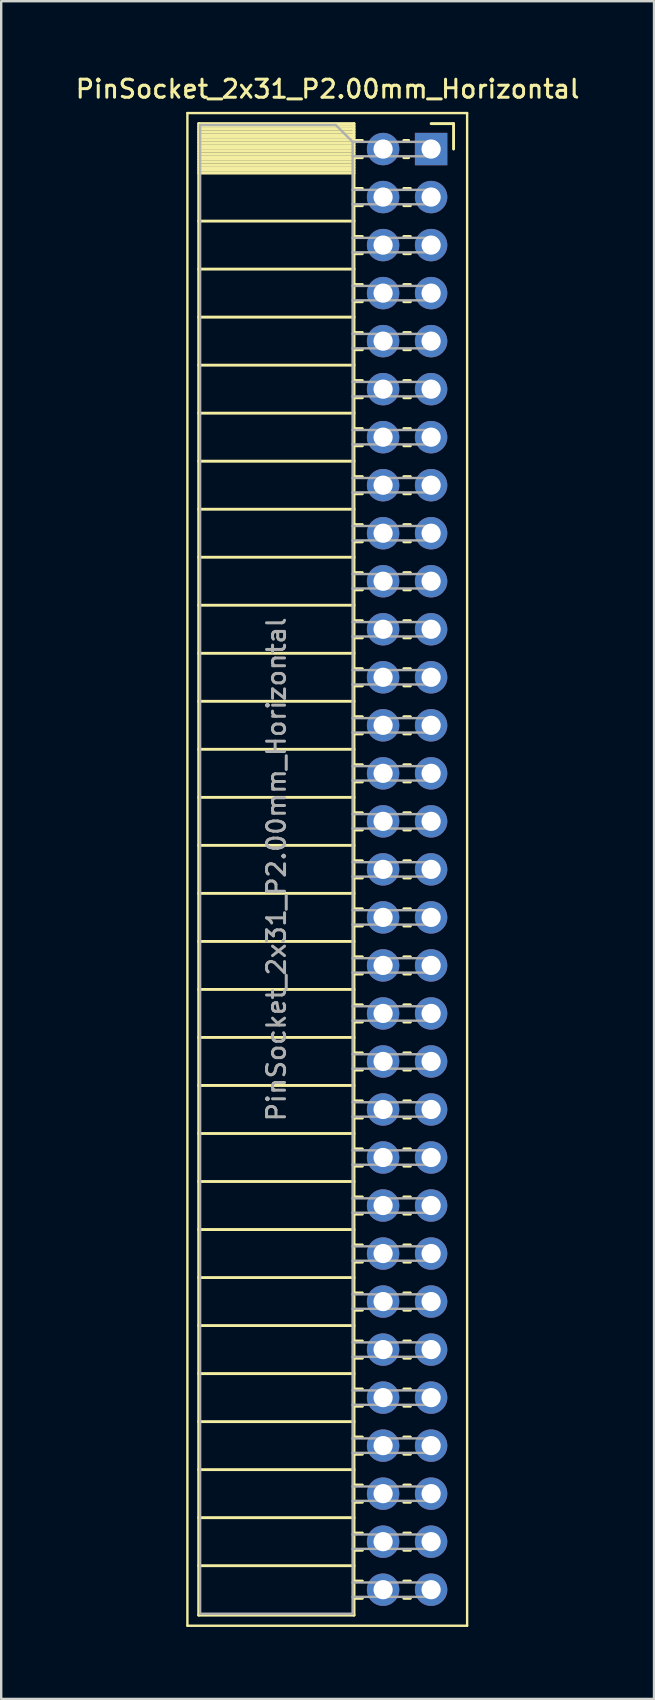
<source format=kicad_pcb>
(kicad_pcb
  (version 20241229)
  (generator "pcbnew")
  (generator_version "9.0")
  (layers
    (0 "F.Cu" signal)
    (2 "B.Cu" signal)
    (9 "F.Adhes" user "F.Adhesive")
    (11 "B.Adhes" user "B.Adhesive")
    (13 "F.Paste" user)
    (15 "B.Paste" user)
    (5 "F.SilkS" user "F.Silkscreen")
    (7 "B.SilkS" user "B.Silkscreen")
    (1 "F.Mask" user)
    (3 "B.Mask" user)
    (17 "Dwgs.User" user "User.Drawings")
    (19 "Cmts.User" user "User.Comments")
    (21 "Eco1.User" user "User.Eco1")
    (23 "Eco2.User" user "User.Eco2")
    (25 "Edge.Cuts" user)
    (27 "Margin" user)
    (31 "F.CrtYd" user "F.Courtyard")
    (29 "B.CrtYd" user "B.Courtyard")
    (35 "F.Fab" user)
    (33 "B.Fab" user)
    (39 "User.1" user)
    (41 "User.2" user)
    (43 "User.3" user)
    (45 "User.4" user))
  (footprint "PinSocket_2x31_P2.00mm_Horizontal"
    (layer "F.Cu")
    (at 14.905 3.158)
    (property "Reference" "PinSocket_2x31_P2.00mm_Horizontal" (at -4.31 -2.5 0) (layer "F.SilkS") (effects (font (size 0.75 0.75) (thickness 0.125))))
    (attr through_hole)
    (fp_line (start -10.15 -1.5) (end -10.15 61.5) (stroke (width 0.1) (type solid)) (layer "F.SilkS"))
    (fp_line (start -10.15 61.5) (end 1.5 61.5) (stroke (width 0.1) (type solid)) (layer "F.SilkS"))
    (fp_line (start -9.68 -1.06) (end -9.68 61.06) (stroke (width 0.12) (type solid)) (layer "F.SilkS"))
    (fp_line (start -9.68 -1.06) (end -3.21 -1.06) (stroke (width 0.12) (type solid)) (layer "F.SilkS"))
    (fp_line (start -9.68 -0.94) (end -3.21 -0.94) (stroke (width 0.12) (type solid)) (layer "F.SilkS"))
    (fp_line (start -9.68 -0.826) (end -3.21 -0.826) (stroke (width 0.12) (type solid)) (layer "F.SilkS"))
    (fp_line (start -9.68 -0.712) (end -3.21 -0.712) (stroke (width 0.12) (type solid)) (layer "F.SilkS"))
    (fp_line (start -9.68 -0.598) (end -3.21 -0.598) (stroke (width 0.12) (type solid)) (layer "F.SilkS"))
    (fp_line (start -9.68 -0.484) (end -3.21 -0.484) (stroke (width 0.12) (type solid)) (layer "F.SilkS"))
    (fp_line (start -9.68 -0.369) (end -3.21 -0.369) (stroke (width 0.12) (type solid)) (layer "F.SilkS"))
    (fp_line (start -9.68 -0.255) (end -3.21 -0.255) (stroke (width 0.12) (type solid)) (layer "F.SilkS"))
    (fp_line (start -9.68 -0.141) (end -3.21 -0.141) (stroke (width 0.12) (type solid)) (layer "F.SilkS"))
    (fp_line (start -9.68 -0.027) (end -3.21 -0.027) (stroke (width 0.12) (type solid)) (layer "F.SilkS"))
    (fp_line (start -9.68 0.087) (end -3.21 0.087) (stroke (width 0.12) (type solid)) (layer "F.SilkS"))
    (fp_line (start -9.68 0.201) (end -3.21 0.201) (stroke (width 0.12) (type solid)) (layer "F.SilkS"))
    (fp_line (start -9.68 0.315) (end -3.21 0.315) (stroke (width 0.12) (type solid)) (layer "F.SilkS"))
    (fp_line (start -9.68 0.429) (end -3.21 0.429) (stroke (width 0.12) (type solid)) (layer "F.SilkS"))
    (fp_line (start -9.68 0.544) (end -3.21 0.544) (stroke (width 0.12) (type solid)) (layer "F.SilkS"))
    (fp_line (start -9.68 0.658) (end -3.21 0.658) (stroke (width 0.12) (type solid)) (layer "F.SilkS"))
    (fp_line (start -9.68 0.772) (end -3.21 0.772) (stroke (width 0.12) (type solid)) (layer "F.SilkS"))
    (fp_line (start -9.68 0.886) (end -3.21 0.886) (stroke (width 0.12) (type solid)) (layer "F.SilkS"))
    (fp_line (start -9.68 1) (end -3.21 1) (stroke (width 0.12) (type solid)) (layer "F.SilkS"))
    (fp_line (start -9.68 3) (end -3.21 3) (stroke (width 0.12) (type solid)) (layer "F.SilkS"))
    (fp_line (start -9.68 5) (end -3.21 5) (stroke (width 0.12) (type solid)) (layer "F.SilkS"))
    (fp_line (start -9.68 7) (end -3.21 7) (stroke (width 0.12) (type solid)) (layer "F.SilkS"))
    (fp_line (start -9.68 9) (end -3.21 9) (stroke (width 0.12) (type solid)) (layer "F.SilkS"))
    (fp_line (start -9.68 11) (end -3.21 11) (stroke (width 0.12) (type solid)) (layer "F.SilkS"))
    (fp_line (start -9.68 13) (end -3.21 13) (stroke (width 0.12) (type solid)) (layer "F.SilkS"))
    (fp_line (start -9.68 15) (end -3.21 15) (stroke (width 0.12) (type solid)) (layer "F.SilkS"))
    (fp_line (start -9.68 17) (end -3.21 17) (stroke (width 0.12) (type solid)) (layer "F.SilkS"))
    (fp_line (start -9.68 19) (end -3.21 19) (stroke (width 0.12) (type solid)) (layer "F.SilkS"))
    (fp_line (start -9.68 21) (end -3.21 21) (stroke (width 0.12) (type solid)) (layer "F.SilkS"))
    (fp_line (start -9.68 23) (end -3.21 23) (stroke (width 0.12) (type solid)) (layer "F.SilkS"))
    (fp_line (start -9.68 25) (end -3.21 25) (stroke (width 0.12) (type solid)) (layer "F.SilkS"))
    (fp_line (start -9.68 27) (end -3.21 27) (stroke (width 0.12) (type solid)) (layer "F.SilkS"))
    (fp_line (start -9.68 29) (end -3.21 29) (stroke (width 0.12) (type solid)) (layer "F.SilkS"))
    (fp_line (start -9.68 31) (end -3.21 31) (stroke (width 0.12) (type solid)) (layer "F.SilkS"))
    (fp_line (start -9.68 33) (end -3.21 33) (stroke (width 0.12) (type solid)) (layer "F.SilkS"))
    (fp_line (start -9.68 35) (end -3.21 35) (stroke (width 0.12) (type solid)) (layer "F.SilkS"))
    (fp_line (start -9.68 37) (end -3.21 37) (stroke (width 0.12) (type solid)) (layer "F.SilkS"))
    (fp_line (start -9.68 39) (end -3.21 39) (stroke (width 0.12) (type solid)) (layer "F.SilkS"))
    (fp_line (start -9.68 41) (end -3.21 41) (stroke (width 0.12) (type solid)) (layer "F.SilkS"))
    (fp_line (start -9.68 43) (end -3.21 43) (stroke (width 0.12) (type solid)) (layer "F.SilkS"))
    (fp_line (start -9.68 45) (end -3.21 45) (stroke (width 0.12) (type solid)) (layer "F.SilkS"))
    (fp_line (start -9.68 47) (end -3.21 47) (stroke (width 0.12) (type solid)) (layer "F.SilkS"))
    (fp_line (start -9.68 49) (end -3.21 49) (stroke (width 0.12) (type solid)) (layer "F.SilkS"))
    (fp_line (start -9.68 51) (end -3.21 51) (stroke (width 0.12) (type solid)) (layer "F.SilkS"))
    (fp_line (start -9.68 53) (end -3.21 53) (stroke (width 0.12) (type solid)) (layer "F.SilkS"))
    (fp_line (start -9.68 55) (end -3.21 55) (stroke (width 0.12) (type solid)) (layer "F.SilkS"))
    (fp_line (start -9.68 57) (end -3.21 57) (stroke (width 0.12) (type solid)) (layer "F.SilkS"))
    (fp_line (start -9.68 59) (end -3.21 59) (stroke (width 0.12) (type solid)) (layer "F.SilkS"))
    (fp_line (start -9.68 61.06) (end -3.21 61.06) (stroke (width 0.12) (type solid)) (layer "F.SilkS"))
    (fp_line (start -3.21 -1.06) (end -3.21 61.06) (stroke (width 0.12) (type solid)) (layer "F.SilkS"))
    (fp_line (start -3.21 -0.36) (end -2.863 -0.36) (stroke (width 0.12) (type solid)) (layer "F.SilkS"))
    (fp_line (start -3.21 0.36) (end -2.863 0.36) (stroke (width 0.12) (type solid)) (layer "F.SilkS"))
    (fp_line (start -3.21 1.64) (end -2.863 1.64) (stroke (width 0.12) (type solid)) (layer "F.SilkS"))
    (fp_line (start -3.21 2.36) (end -2.863 2.36) (stroke (width 0.12) (type solid)) (layer "F.SilkS"))
    (fp_line (start -3.21 3.64) (end -2.863 3.64) (stroke (width 0.12) (type solid)) (layer "F.SilkS"))
    (fp_line (start -3.21 4.36) (end -2.863 4.36) (stroke (width 0.12) (type solid)) (layer "F.SilkS"))
    (fp_line (start -3.21 5.64) (end -2.863 5.64) (stroke (width 0.12) (type solid)) (layer "F.SilkS"))
    (fp_line (start -3.21 6.36) (end -2.863 6.36) (stroke (width 0.12) (type solid)) (layer "F.SilkS"))
    (fp_line (start -3.21 7.64) (end -2.863 7.64) (stroke (width 0.12) (type solid)) (layer "F.SilkS"))
    (fp_line (start -3.21 8.36) (end -2.863 8.36) (stroke (width 0.12) (type solid)) (layer "F.SilkS"))
    (fp_line (start -3.21 9.64) (end -2.863 9.64) (stroke (width 0.12) (type solid)) (layer "F.SilkS"))
    (fp_line (start -3.21 10.36) (end -2.863 10.36) (stroke (width 0.12) (type solid)) (layer "F.SilkS"))
    (fp_line (start -3.21 11.64) (end -2.863 11.64) (stroke (width 0.12) (type solid)) (layer "F.SilkS"))
    (fp_line (start -3.21 12.36) (end -2.863 12.36) (stroke (width 0.12) (type solid)) (layer "F.SilkS"))
    (fp_line (start -3.21 13.64) (end -2.863 13.64) (stroke (width 0.12) (type solid)) (layer "F.SilkS"))
    (fp_line (start -3.21 14.36) (end -2.863 14.36) (stroke (width 0.12) (type solid)) (layer "F.SilkS"))
    (fp_line (start -3.21 15.64) (end -2.863 15.64) (stroke (width 0.12) (type solid)) (layer "F.SilkS"))
    (fp_line (start -3.21 16.36) (end -2.863 16.36) (stroke (width 0.12) (type solid)) (layer "F.SilkS"))
    (fp_line (start -3.21 17.64) (end -2.863 17.64) (stroke (width 0.12) (type solid)) (layer "F.SilkS"))
    (fp_line (start -3.21 18.36) (end -2.863 18.36) (stroke (width 0.12) (type solid)) (layer "F.SilkS"))
    (fp_line (start -3.21 19.64) (end -2.863 19.64) (stroke (width 0.12) (type solid)) (layer "F.SilkS"))
    (fp_line (start -3.21 20.36) (end -2.863 20.36) (stroke (width 0.12) (type solid)) (layer "F.SilkS"))
    (fp_line (start -3.21 21.64) (end -2.863 21.64) (stroke (width 0.12) (type solid)) (layer "F.SilkS"))
    (fp_line (start -3.21 22.36) (end -2.863 22.36) (stroke (width 0.12) (type solid)) (layer "F.SilkS"))
    (fp_line (start -3.21 23.64) (end -2.863 23.64) (stroke (width 0.12) (type solid)) (layer "F.SilkS"))
    (fp_line (start -3.21 24.36) (end -2.863 24.36) (stroke (width 0.12) (type solid)) (layer "F.SilkS"))
    (fp_line (start -3.21 25.64) (end -2.863 25.64) (stroke (width 0.12) (type solid)) (layer "F.SilkS"))
    (fp_line (start -3.21 26.36) (end -2.863 26.36) (stroke (width 0.12) (type solid)) (layer "F.SilkS"))
    (fp_line (start -3.21 27.64) (end -2.863 27.64) (stroke (width 0.12) (type solid)) (layer "F.SilkS"))
    (fp_line (start -3.21 28.36) (end -2.863 28.36) (stroke (width 0.12) (type solid)) (layer "F.SilkS"))
    (fp_line (start -3.21 29.64) (end -2.863 29.64) (stroke (width 0.12) (type solid)) (layer "F.SilkS"))
    (fp_line (start -3.21 30.36) (end -2.863 30.36) (stroke (width 0.12) (type solid)) (layer "F.SilkS"))
    (fp_line (start -3.21 31.64) (end -2.863 31.64) (stroke (width 0.12) (type solid)) (layer "F.SilkS"))
    (fp_line (start -3.21 32.36) (end -2.863 32.36) (stroke (width 0.12) (type solid)) (layer "F.SilkS"))
    (fp_line (start -3.21 33.64) (end -2.863 33.64) (stroke (width 0.12) (type solid)) (layer "F.SilkS"))
    (fp_line (start -3.21 34.36) (end -2.863 34.36) (stroke (width 0.12) (type solid)) (layer "F.SilkS"))
    (fp_line (start -3.21 35.64) (end -2.863 35.64) (stroke (width 0.12) (type solid)) (layer "F.SilkS"))
    (fp_line (start -3.21 36.36) (end -2.863 36.36) (stroke (width 0.12) (type solid)) (layer "F.SilkS"))
    (fp_line (start -3.21 37.64) (end -2.863 37.64) (stroke (width 0.12) (type solid)) (layer "F.SilkS"))
    (fp_line (start -3.21 38.36) (end -2.863 38.36) (stroke (width 0.12) (type solid)) (layer "F.SilkS"))
    (fp_line (start -3.21 39.64) (end -2.863 39.64) (stroke (width 0.12) (type solid)) (layer "F.SilkS"))
    (fp_line (start -3.21 40.36) (end -2.863 40.36) (stroke (width 0.12) (type solid)) (layer "F.SilkS"))
    (fp_line (start -3.21 41.64) (end -2.863 41.64) (stroke (width 0.12) (type solid)) (layer "F.SilkS"))
    (fp_line (start -3.21 42.36) (end -2.863 42.36) (stroke (width 0.12) (type solid)) (layer "F.SilkS"))
    (fp_line (start -3.21 43.64) (end -2.863 43.64) (stroke (width 0.12) (type solid)) (layer "F.SilkS"))
    (fp_line (start -3.21 44.36) (end -2.863 44.36) (stroke (width 0.12) (type solid)) (layer "F.SilkS"))
    (fp_line (start -3.21 45.64) (end -2.863 45.64) (stroke (width 0.12) (type solid)) (layer "F.SilkS"))
    (fp_line (start -3.21 46.36) (end -2.863 46.36) (stroke (width 0.12) (type solid)) (layer "F.SilkS"))
    (fp_line (start -3.21 47.64) (end -2.863 47.64) (stroke (width 0.12) (type solid)) (layer "F.SilkS"))
    (fp_line (start -3.21 48.36) (end -2.863 48.36) (stroke (width 0.12) (type solid)) (layer "F.SilkS"))
    (fp_line (start -3.21 49.64) (end -2.863 49.64) (stroke (width 0.12) (type solid)) (layer "F.SilkS"))
    (fp_line (start -3.21 50.36) (end -2.863 50.36) (stroke (width 0.12) (type solid)) (layer "F.SilkS"))
    (fp_line (start -3.21 51.64) (end -2.863 51.64) (stroke (width 0.12) (type solid)) (layer "F.SilkS"))
    (fp_line (start -3.21 52.36) (end -2.863 52.36) (stroke (width 0.12) (type solid)) (layer "F.SilkS"))
    (fp_line (start -3.21 53.64) (end -2.863 53.64) (stroke (width 0.12) (type solid)) (layer "F.SilkS"))
    (fp_line (start -3.21 54.36) (end -2.863 54.36) (stroke (width 0.12) (type solid)) (layer "F.SilkS"))
    (fp_line (start -3.21 55.64) (end -2.863 55.64) (stroke (width 0.12) (type solid)) (layer "F.SilkS"))
    (fp_line (start -3.21 56.36) (end -2.863 56.36) (stroke (width 0.12) (type solid)) (layer "F.SilkS"))
    (fp_line (start -3.21 57.64) (end -2.863 57.64) (stroke (width 0.12) (type solid)) (layer "F.SilkS"))
    (fp_line (start -3.21 58.36) (end -2.863 58.36) (stroke (width 0.12) (type solid)) (layer "F.SilkS"))
    (fp_line (start -3.21 59.64) (end -2.863 59.64) (stroke (width 0.12) (type solid)) (layer "F.SilkS"))
    (fp_line (start -3.21 60.36) (end -2.863 60.36) (stroke (width 0.12) (type solid)) (layer "F.SilkS"))
    (fp_line (start -1.137 -0.36) (end -0.935 -0.36) (stroke (width 0.12) (type solid)) (layer "F.SilkS"))
    (fp_line (start -1.137 0.36) (end -0.935 0.36) (stroke (width 0.12) (type solid)) (layer "F.SilkS"))
    (fp_line (start -1.137 1.64) (end -0.863 1.64) (stroke (width 0.12) (type solid)) (layer "F.SilkS"))
    (fp_line (start -1.137 2.36) (end -0.863 2.36) (stroke (width 0.12) (type solid)) (layer "F.SilkS"))
    (fp_line (start -1.137 3.64) (end -0.863 3.64) (stroke (width 0.12) (type solid)) (layer "F.SilkS"))
    (fp_line (start -1.137 4.36) (end -0.863 4.36) (stroke (width 0.12) (type solid)) (layer "F.SilkS"))
    (fp_line (start -1.137 5.64) (end -0.863 5.64) (stroke (width 0.12) (type solid)) (layer "F.SilkS"))
    (fp_line (start -1.137 6.36) (end -0.863 6.36) (stroke (width 0.12) (type solid)) (layer "F.SilkS"))
    (fp_line (start -1.137 7.64) (end -0.863 7.64) (stroke (width 0.12) (type solid)) (layer "F.SilkS"))
    (fp_line (start -1.137 8.36) (end -0.863 8.36) (stroke (width 0.12) (type solid)) (layer "F.SilkS"))
    (fp_line (start -1.137 9.64) (end -0.863 9.64) (stroke (width 0.12) (type solid)) (layer "F.SilkS"))
    (fp_line (start -1.137 10.36) (end -0.863 10.36) (stroke (width 0.12) (type solid)) (layer "F.SilkS"))
    (fp_line (start -1.137 11.64) (end -0.863 11.64) (stroke (width 0.12) (type solid)) (layer "F.SilkS"))
    (fp_line (start -1.137 12.36) (end -0.863 12.36) (stroke (width 0.12) (type solid)) (layer "F.SilkS"))
    (fp_line (start -1.137 13.64) (end -0.863 13.64) (stroke (width 0.12) (type solid)) (layer "F.SilkS"))
    (fp_line (start -1.137 14.36) (end -0.863 14.36) (stroke (width 0.12) (type solid)) (layer "F.SilkS"))
    (fp_line (start -1.137 15.64) (end -0.863 15.64) (stroke (width 0.12) (type solid)) (layer "F.SilkS"))
    (fp_line (start -1.137 16.36) (end -0.863 16.36) (stroke (width 0.12) (type solid)) (layer "F.SilkS"))
    (fp_line (start -1.137 17.64) (end -0.863 17.64) (stroke (width 0.12) (type solid)) (layer "F.SilkS"))
    (fp_line (start -1.137 18.36) (end -0.863 18.36) (stroke (width 0.12) (type solid)) (layer "F.SilkS"))
    (fp_line (start -1.137 19.64) (end -0.863 19.64) (stroke (width 0.12) (type solid)) (layer "F.SilkS"))
    (fp_line (start -1.137 20.36) (end -0.863 20.36) (stroke (width 0.12) (type solid)) (layer "F.SilkS"))
    (fp_line (start -1.137 21.64) (end -0.863 21.64) (stroke (width 0.12) (type solid)) (layer "F.SilkS"))
    (fp_line (start -1.137 22.36) (end -0.863 22.36) (stroke (width 0.12) (type solid)) (layer "F.SilkS"))
    (fp_line (start -1.137 23.64) (end -0.863 23.64) (stroke (width 0.12) (type solid)) (layer "F.SilkS"))
    (fp_line (start -1.137 24.36) (end -0.863 24.36) (stroke (width 0.12) (type solid)) (layer "F.SilkS"))
    (fp_line (start -1.137 25.64) (end -0.863 25.64) (stroke (width 0.12) (type solid)) (layer "F.SilkS"))
    (fp_line (start -1.137 26.36) (end -0.863 26.36) (stroke (width 0.12) (type solid)) (layer "F.SilkS"))
    (fp_line (start -1.137 27.64) (end -0.863 27.64) (stroke (width 0.12) (type solid)) (layer "F.SilkS"))
    (fp_line (start -1.137 28.36) (end -0.863 28.36) (stroke (width 0.12) (type solid)) (layer "F.SilkS"))
    (fp_line (start -1.137 29.64) (end -0.863 29.64) (stroke (width 0.12) (type solid)) (layer "F.SilkS"))
    (fp_line (start -1.137 30.36) (end -0.863 30.36) (stroke (width 0.12) (type solid)) (layer "F.SilkS"))
    (fp_line (start -1.137 31.64) (end -0.863 31.64) (stroke (width 0.12) (type solid)) (layer "F.SilkS"))
    (fp_line (start -1.137 32.36) (end -0.863 32.36) (stroke (width 0.12) (type solid)) (layer "F.SilkS"))
    (fp_line (start -1.137 33.64) (end -0.863 33.64) (stroke (width 0.12) (type solid)) (layer "F.SilkS"))
    (fp_line (start -1.137 34.36) (end -0.863 34.36) (stroke (width 0.12) (type solid)) (layer "F.SilkS"))
    (fp_line (start -1.137 35.64) (end -0.863 35.64) (stroke (width 0.12) (type solid)) (layer "F.SilkS"))
    (fp_line (start -1.137 36.36) (end -0.863 36.36) (stroke (width 0.12) (type solid)) (layer "F.SilkS"))
    (fp_line (start -1.137 37.64) (end -0.863 37.64) (stroke (width 0.12) (type solid)) (layer "F.SilkS"))
    (fp_line (start -1.137 38.36) (end -0.863 38.36) (stroke (width 0.12) (type solid)) (layer "F.SilkS"))
    (fp_line (start -1.137 39.64) (end -0.863 39.64) (stroke (width 0.12) (type solid)) (layer "F.SilkS"))
    (fp_line (start -1.137 40.36) (end -0.863 40.36) (stroke (width 0.12) (type solid)) (layer "F.SilkS"))
    (fp_line (start -1.137 41.64) (end -0.863 41.64) (stroke (width 0.12) (type solid)) (layer "F.SilkS"))
    (fp_line (start -1.137 42.36) (end -0.863 42.36) (stroke (width 0.12) (type solid)) (layer "F.SilkS"))
    (fp_line (start -1.137 43.64) (end -0.863 43.64) (stroke (width 0.12) (type solid)) (layer "F.SilkS"))
    (fp_line (start -1.137 44.36) (end -0.863 44.36) (stroke (width 0.12) (type solid)) (layer "F.SilkS"))
    (fp_line (start -1.137 45.64) (end -0.863 45.64) (stroke (width 0.12) (type solid)) (layer "F.SilkS"))
    (fp_line (start -1.137 46.36) (end -0.863 46.36) (stroke (width 0.12) (type solid)) (layer "F.SilkS"))
    (fp_line (start -1.137 47.64) (end -0.863 47.64) (stroke (width 0.12) (type solid)) (layer "F.SilkS"))
    (fp_line (start -1.137 48.36) (end -0.863 48.36) (stroke (width 0.12) (type solid)) (layer "F.SilkS"))
    (fp_line (start -1.137 49.64) (end -0.863 49.64) (stroke (width 0.12) (type solid)) (layer "F.SilkS"))
    (fp_line (start -1.137 50.36) (end -0.863 50.36) (stroke (width 0.12) (type solid)) (layer "F.SilkS"))
    (fp_line (start -1.137 51.64) (end -0.863 51.64) (stroke (width 0.12) (type solid)) (layer "F.SilkS"))
    (fp_line (start -1.137 52.36) (end -0.863 52.36) (stroke (width 0.12) (type solid)) (layer "F.SilkS"))
    (fp_line (start -1.137 53.64) (end -0.863 53.64) (stroke (width 0.12) (type solid)) (layer "F.SilkS"))
    (fp_line (start -1.137 54.36) (end -0.863 54.36) (stroke (width 0.12) (type solid)) (layer "F.SilkS"))
    (fp_line (start -1.137 55.64) (end -0.863 55.64) (stroke (width 0.12) (type solid)) (layer "F.SilkS"))
    (fp_line (start -1.137 56.36) (end -0.863 56.36) (stroke (width 0.12) (type solid)) (layer "F.SilkS"))
    (fp_line (start -1.137 57.64) (end -0.863 57.64) (stroke (width 0.12) (type solid)) (layer "F.SilkS"))
    (fp_line (start -1.137 58.36) (end -0.863 58.36) (stroke (width 0.12) (type solid)) (layer "F.SilkS"))
    (fp_line (start -1.137 59.64) (end -0.863 59.64) (stroke (width 0.12) (type solid)) (layer "F.SilkS"))
    (fp_line (start -1.137 60.36) (end -0.863 60.36) (stroke (width 0.12) (type solid)) (layer "F.SilkS"))
    (fp_line (start 0 -1.06) (end 0.935 -1.06) (stroke (width 0.12) (type solid)) (layer "F.SilkS"))
    (fp_line (start 0.935 -1.06) (end 0.935 0) (stroke (width 0.12) (type solid)) (layer "F.SilkS"))
    (fp_line (start 1.5 -1.5) (end -10.15 -1.5) (stroke (width 0.1) (type solid)) (layer "F.SilkS"))
    (fp_line (start 1.5 61.5) (end 1.5 -1.5) (stroke (width 0.1) (type solid)) (layer "F.SilkS"))
    (fp_line (start -9.62 -1) (end -3.97 -1) (stroke (width 0.1) (type solid)) (layer "F.Fab"))
    (fp_line (start -9.62 61) (end -9.62 -1) (stroke (width 0.1) (type solid)) (layer "F.Fab"))
    (fp_line (start -3.97 -1) (end -3.27 -0.3) (stroke (width 0.1) (type solid)) (layer "F.Fab"))
    (fp_line (start -3.27 -0.3) (end -3.27 61) (stroke (width 0.1) (type solid)) (layer "F.Fab"))
    (fp_line (start -3.27 0.3) (end 0 0.3) (stroke (width 0.1) (type solid)) (layer "F.Fab"))
    (fp_line (start -3.27 2.3) (end 0 2.3) (stroke (width 0.1) (type solid)) (layer "F.Fab"))
    (fp_line (start -3.27 4.3) (end 0 4.3) (stroke (width 0.1) (type solid)) (layer "F.Fab"))
    (fp_line (start -3.27 6.3) (end 0 6.3) (stroke (width 0.1) (type solid)) (layer "F.Fab"))
    (fp_line (start -3.27 8.3) (end 0 8.3) (stroke (width 0.1) (type solid)) (layer "F.Fab"))
    (fp_line (start -3.27 10.3) (end 0 10.3) (stroke (width 0.1) (type solid)) (layer "F.Fab"))
    (fp_line (start -3.27 12.3) (end 0 12.3) (stroke (width 0.1) (type solid)) (layer "F.Fab"))
    (fp_line (start -3.27 14.3) (end 0 14.3) (stroke (width 0.1) (type solid)) (layer "F.Fab"))
    (fp_line (start -3.27 16.3) (end 0 16.3) (stroke (width 0.1) (type solid)) (layer "F.Fab"))
    (fp_line (start -3.27 18.3) (end 0 18.3) (stroke (width 0.1) (type solid)) (layer "F.Fab"))
    (fp_line (start -3.27 20.3) (end 0 20.3) (stroke (width 0.1) (type solid)) (layer "F.Fab"))
    (fp_line (start -3.27 22.3) (end 0 22.3) (stroke (width 0.1) (type solid)) (layer "F.Fab"))
    (fp_line (start -3.27 24.3) (end 0 24.3) (stroke (width 0.1) (type solid)) (layer "F.Fab"))
    (fp_line (start -3.27 26.3) (end 0 26.3) (stroke (width 0.1) (type solid)) (layer "F.Fab"))
    (fp_line (start -3.27 28.3) (end 0 28.3) (stroke (width 0.1) (type solid)) (layer "F.Fab"))
    (fp_line (start -3.27 30.3) (end 0 30.3) (stroke (width 0.1) (type solid)) (layer "F.Fab"))
    (fp_line (start -3.27 32.3) (end 0 32.3) (stroke (width 0.1) (type solid)) (layer "F.Fab"))
    (fp_line (start -3.27 34.3) (end 0 34.3) (stroke (width 0.1) (type solid)) (layer "F.Fab"))
    (fp_line (start -3.27 36.3) (end 0 36.3) (stroke (width 0.1) (type solid)) (layer "F.Fab"))
    (fp_line (start -3.27 38.3) (end 0 38.3) (stroke (width 0.1) (type solid)) (layer "F.Fab"))
    (fp_line (start -3.27 40.3) (end 0 40.3) (stroke (width 0.1) (type solid)) (layer "F.Fab"))
    (fp_line (start -3.27 42.3) (end 0 42.3) (stroke (width 0.1) (type solid)) (layer "F.Fab"))
    (fp_line (start -3.27 44.3) (end 0 44.3) (stroke (width 0.1) (type solid)) (layer "F.Fab"))
    (fp_line (start -3.27 46.3) (end 0 46.3) (stroke (width 0.1) (type solid)) (layer "F.Fab"))
    (fp_line (start -3.27 48.3) (end 0 48.3) (stroke (width 0.1) (type solid)) (layer "F.Fab"))
    (fp_line (start -3.27 50.3) (end 0 50.3) (stroke (width 0.1) (type solid)) (layer "F.Fab"))
    (fp_line (start -3.27 52.3) (end 0 52.3) (stroke (width 0.1) (type solid)) (layer "F.Fab"))
    (fp_line (start -3.27 54.3) (end 0 54.3) (stroke (width 0.1) (type solid)) (layer "F.Fab"))
    (fp_line (start -3.27 56.3) (end 0 56.3) (stroke (width 0.1) (type solid)) (layer "F.Fab"))
    (fp_line (start -3.27 58.3) (end 0 58.3) (stroke (width 0.1) (type solid)) (layer "F.Fab"))
    (fp_line (start -3.27 60.3) (end 0 60.3) (stroke (width 0.1) (type solid)) (layer "F.Fab"))
    (fp_line (start -3.27 61) (end -9.62 61) (stroke (width 0.1) (type solid)) (layer "F.Fab"))
    (fp_line (start 0 -0.3) (end -3.27 -0.3) (stroke (width 0.1) (type solid)) (layer "F.Fab"))
    (fp_line (start 0 0.3) (end 0 -0.3) (stroke (width 0.1) (type solid)) (layer "F.Fab"))
    (fp_line (start 0 1.7) (end -3.27 1.7) (stroke (width 0.1) (type solid)) (layer "F.Fab"))
    (fp_line (start 0 2.3) (end 0 1.7) (stroke (width 0.1) (type solid)) (layer "F.Fab"))
    (fp_line (start 0 3.7) (end -3.27 3.7) (stroke (width 0.1) (type solid)) (layer "F.Fab"))
    (fp_line (start 0 4.3) (end 0 3.7) (stroke (width 0.1) (type solid)) (layer "F.Fab"))
    (fp_line (start 0 5.7) (end -3.27 5.7) (stroke (width 0.1) (type solid)) (layer "F.Fab"))
    (fp_line (start 0 6.3) (end 0 5.7) (stroke (width 0.1) (type solid)) (layer "F.Fab"))
    (fp_line (start 0 7.7) (end -3.27 7.7) (stroke (width 0.1) (type solid)) (layer "F.Fab"))
    (fp_line (start 0 8.3) (end 0 7.7) (stroke (width 0.1) (type solid)) (layer "F.Fab"))
    (fp_line (start 0 9.7) (end -3.27 9.7) (stroke (width 0.1) (type solid)) (layer "F.Fab"))
    (fp_line (start 0 10.3) (end 0 9.7) (stroke (width 0.1) (type solid)) (layer "F.Fab"))
    (fp_line (start 0 11.7) (end -3.27 11.7) (stroke (width 0.1) (type solid)) (layer "F.Fab"))
    (fp_line (start 0 12.3) (end 0 11.7) (stroke (width 0.1) (type solid)) (layer "F.Fab"))
    (fp_line (start 0 13.7) (end -3.27 13.7) (stroke (width 0.1) (type solid)) (layer "F.Fab"))
    (fp_line (start 0 14.3) (end 0 13.7) (stroke (width 0.1) (type solid)) (layer "F.Fab"))
    (fp_line (start 0 15.7) (end -3.27 15.7) (stroke (width 0.1) (type solid)) (layer "F.Fab"))
    (fp_line (start 0 16.3) (end 0 15.7) (stroke (width 0.1) (type solid)) (layer "F.Fab"))
    (fp_line (start 0 17.7) (end -3.27 17.7) (stroke (width 0.1) (type solid)) (layer "F.Fab"))
    (fp_line (start 0 18.3) (end 0 17.7) (stroke (width 0.1) (type solid)) (layer "F.Fab"))
    (fp_line (start 0 19.7) (end -3.27 19.7) (stroke (width 0.1) (type solid)) (layer "F.Fab"))
    (fp_line (start 0 20.3) (end 0 19.7) (stroke (width 0.1) (type solid)) (layer "F.Fab"))
    (fp_line (start 0 21.7) (end -3.27 21.7) (stroke (width 0.1) (type solid)) (layer "F.Fab"))
    (fp_line (start 0 22.3) (end 0 21.7) (stroke (width 0.1) (type solid)) (layer "F.Fab"))
    (fp_line (start 0 23.7) (end -3.27 23.7) (stroke (width 0.1) (type solid)) (layer "F.Fab"))
    (fp_line (start 0 24.3) (end 0 23.7) (stroke (width 0.1) (type solid)) (layer "F.Fab"))
    (fp_line (start 0 25.7) (end -3.27 25.7) (stroke (width 0.1) (type solid)) (layer "F.Fab"))
    (fp_line (start 0 26.3) (end 0 25.7) (stroke (width 0.1) (type solid)) (layer "F.Fab"))
    (fp_line (start 0 27.7) (end -3.27 27.7) (stroke (width 0.1) (type solid)) (layer "F.Fab"))
    (fp_line (start 0 28.3) (end 0 27.7) (stroke (width 0.1) (type solid)) (layer "F.Fab"))
    (fp_line (start 0 29.7) (end -3.27 29.7) (stroke (width 0.1) (type solid)) (layer "F.Fab"))
    (fp_line (start 0 30.3) (end 0 29.7) (stroke (width 0.1) (type solid)) (layer "F.Fab"))
    (fp_line (start 0 31.7) (end -3.27 31.7) (stroke (width 0.1) (type solid)) (layer "F.Fab"))
    (fp_line (start 0 32.3) (end 0 31.7) (stroke (width 0.1) (type solid)) (layer "F.Fab"))
    (fp_line (start 0 33.7) (end -3.27 33.7) (stroke (width 0.1) (type solid)) (layer "F.Fab"))
    (fp_line (start 0 34.3) (end 0 33.7) (stroke (width 0.1) (type solid)) (layer "F.Fab"))
    (fp_line (start 0 35.7) (end -3.27 35.7) (stroke (width 0.1) (type solid)) (layer "F.Fab"))
    (fp_line (start 0 36.3) (end 0 35.7) (stroke (width 0.1) (type solid)) (layer "F.Fab"))
    (fp_line (start 0 37.7) (end -3.27 37.7) (stroke (width 0.1) (type solid)) (layer "F.Fab"))
    (fp_line (start 0 38.3) (end 0 37.7) (stroke (width 0.1) (type solid)) (layer "F.Fab"))
    (fp_line (start 0 39.7) (end -3.27 39.7) (stroke (width 0.1) (type solid)) (layer "F.Fab"))
    (fp_line (start 0 40.3) (end 0 39.7) (stroke (width 0.1) (type solid)) (layer "F.Fab"))
    (fp_line (start 0 41.7) (end -3.27 41.7) (stroke (width 0.1) (type solid)) (layer "F.Fab"))
    (fp_line (start 0 42.3) (end 0 41.7) (stroke (width 0.1) (type solid)) (layer "F.Fab"))
    (fp_line (start 0 43.7) (end -3.27 43.7) (stroke (width 0.1) (type solid)) (layer "F.Fab"))
    (fp_line (start 0 44.3) (end 0 43.7) (stroke (width 0.1) (type solid)) (layer "F.Fab"))
    (fp_line (start 0 45.7) (end -3.27 45.7) (stroke (width 0.1) (type solid)) (layer "F.Fab"))
    (fp_line (start 0 46.3) (end 0 45.7) (stroke (width 0.1) (type solid)) (layer "F.Fab"))
    (fp_line (start 0 47.7) (end -3.27 47.7) (stroke (width 0.1) (type solid)) (layer "F.Fab"))
    (fp_line (start 0 48.3) (end 0 47.7) (stroke (width 0.1) (type solid)) (layer "F.Fab"))
    (fp_line (start 0 49.7) (end -3.27 49.7) (stroke (width 0.1) (type solid)) (layer "F.Fab"))
    (fp_line (start 0 50.3) (end 0 49.7) (stroke (width 0.1) (type solid)) (layer "F.Fab"))
    (fp_line (start 0 51.7) (end -3.27 51.7) (stroke (width 0.1) (type solid)) (layer "F.Fab"))
    (fp_line (start 0 52.3) (end 0 51.7) (stroke (width 0.1) (type solid)) (layer "F.Fab"))
    (fp_line (start 0 53.7) (end -3.27 53.7) (stroke (width 0.1) (type solid)) (layer "F.Fab"))
    (fp_line (start 0 54.3) (end 0 53.7) (stroke (width 0.1) (type solid)) (layer "F.Fab"))
    (fp_line (start 0 55.7) (end -3.27 55.7) (stroke (width 0.1) (type solid)) (layer "F.Fab"))
    (fp_line (start 0 56.3) (end 0 55.7) (stroke (width 0.1) (type solid)) (layer "F.Fab"))
    (fp_line (start 0 57.7) (end -3.27 57.7) (stroke (width 0.1) (type solid)) (layer "F.Fab"))
    (fp_line (start 0 58.3) (end 0 57.7) (stroke (width 0.1) (type solid)) (layer "F.Fab"))
    (fp_line (start 0 59.7) (end -3.27 59.7) (stroke (width 0.1) (type solid)) (layer "F.Fab"))
    (fp_line (start 0 60.3) (end 0 59.7) (stroke (width 0.1) (type solid)) (layer "F.Fab"))
    (fp_text user "${REFERENCE}" (at -6.445 30 90) (layer "F.Fab") (effects (font (size 0.75 0.75) (thickness 0.125))))
    (pad "1" thru_hole rect (at 0 0) (size 1.35 1.35) (drill 0.8) (layers "*.Cu" "*.Mask"))
    (pad "2" thru_hole oval (at -2 0) (size 1.35 1.35) (drill 0.8) (layers "*.Cu" "*.Mask"))
    (pad "3" thru_hole oval (at 0 2) (size 1.35 1.35) (drill 0.8) (layers "*.Cu" "*.Mask"))
    (pad "4" thru_hole oval (at -2 2) (size 1.35 1.35) (drill 0.8) (layers "*.Cu" "*.Mask"))
    (pad "5" thru_hole oval (at 0 4) (size 1.35 1.35) (drill 0.8) (layers "*.Cu" "*.Mask"))
    (pad "6" thru_hole oval (at -2 4) (size 1.35 1.35) (drill 0.8) (layers "*.Cu" "*.Mask"))
    (pad "7" thru_hole oval (at 0 6) (size 1.35 1.35) (drill 0.8) (layers "*.Cu" "*.Mask"))
    (pad "8" thru_hole oval (at -2 6) (size 1.35 1.35) (drill 0.8) (layers "*.Cu" "*.Mask"))
    (pad "9" thru_hole oval (at 0 8) (size 1.35 1.35) (drill 0.8) (layers "*.Cu" "*.Mask"))
    (pad "10" thru_hole oval (at -2 8) (size 1.35 1.35) (drill 0.8) (layers "*.Cu" "*.Mask"))
    (pad "11" thru_hole oval (at 0 10) (size 1.35 1.35) (drill 0.8) (layers "*.Cu" "*.Mask"))
    (pad "12" thru_hole oval (at -2 10) (size 1.35 1.35) (drill 0.8) (layers "*.Cu" "*.Mask"))
    (pad "13" thru_hole oval (at 0 12) (size 1.35 1.35) (drill 0.8) (layers "*.Cu" "*.Mask"))
    (pad "14" thru_hole oval (at -2 12) (size 1.35 1.35) (drill 0.8) (layers "*.Cu" "*.Mask"))
    (pad "15" thru_hole oval (at 0 14) (size 1.35 1.35) (drill 0.8) (layers "*.Cu" "*.Mask"))
    (pad "16" thru_hole oval (at -2 14) (size 1.35 1.35) (drill 0.8) (layers "*.Cu" "*.Mask"))
    (pad "17" thru_hole oval (at 0 16) (size 1.35 1.35) (drill 0.8) (layers "*.Cu" "*.Mask"))
    (pad "18" thru_hole oval (at -2 16) (size 1.35 1.35) (drill 0.8) (layers "*.Cu" "*.Mask"))
    (pad "19" thru_hole oval (at 0 18) (size 1.35 1.35) (drill 0.8) (layers "*.Cu" "*.Mask"))
    (pad "20" thru_hole oval (at -2 18) (size 1.35 1.35) (drill 0.8) (layers "*.Cu" "*.Mask"))
    (pad "21" thru_hole oval (at 0 20) (size 1.35 1.35) (drill 0.8) (layers "*.Cu" "*.Mask"))
    (pad "22" thru_hole oval (at -2 20) (size 1.35 1.35) (drill 0.8) (layers "*.Cu" "*.Mask"))
    (pad "23" thru_hole oval (at 0 22) (size 1.35 1.35) (drill 0.8) (layers "*.Cu" "*.Mask"))
    (pad "24" thru_hole oval (at -2 22) (size 1.35 1.35) (drill 0.8) (layers "*.Cu" "*.Mask"))
    (pad "25" thru_hole oval (at 0 24) (size 1.35 1.35) (drill 0.8) (layers "*.Cu" "*.Mask"))
    (pad "26" thru_hole oval (at -2 24) (size 1.35 1.35) (drill 0.8) (layers "*.Cu" "*.Mask"))
    (pad "27" thru_hole oval (at 0 26) (size 1.35 1.35) (drill 0.8) (layers "*.Cu" "*.Mask"))
    (pad "28" thru_hole oval (at -2 26) (size 1.35 1.35) (drill 0.8) (layers "*.Cu" "*.Mask"))
    (pad "29" thru_hole oval (at 0 28) (size 1.35 1.35) (drill 0.8) (layers "*.Cu" "*.Mask"))
    (pad "30" thru_hole oval (at -2 28) (size 1.35 1.35) (drill 0.8) (layers "*.Cu" "*.Mask"))
    (pad "31" thru_hole oval (at 0 30) (size 1.35 1.35) (drill 0.8) (layers "*.Cu" "*.Mask"))
    (pad "32" thru_hole oval (at -2 30) (size 1.35 1.35) (drill 0.8) (layers "*.Cu" "*.Mask"))
    (pad "33" thru_hole oval (at 0 32) (size 1.35 1.35) (drill 0.8) (layers "*.Cu" "*.Mask"))
    (pad "34" thru_hole oval (at -2 32) (size 1.35 1.35) (drill 0.8) (layers "*.Cu" "*.Mask"))
    (pad "35" thru_hole oval (at 0 34) (size 1.35 1.35) (drill 0.8) (layers "*.Cu" "*.Mask"))
    (pad "36" thru_hole oval (at -2 34) (size 1.35 1.35) (drill 0.8) (layers "*.Cu" "*.Mask"))
    (pad "37" thru_hole oval (at 0 36) (size 1.35 1.35) (drill 0.8) (layers "*.Cu" "*.Mask"))
    (pad "38" thru_hole oval (at -2 36) (size 1.35 1.35) (drill 0.8) (layers "*.Cu" "*.Mask"))
    (pad "39" thru_hole oval (at 0 38) (size 1.35 1.35) (drill 0.8) (layers "*.Cu" "*.Mask"))
    (pad "40" thru_hole oval (at -2 38) (size 1.35 1.35) (drill 0.8) (layers "*.Cu" "*.Mask"))
    (pad "41" thru_hole oval (at 0 40) (size 1.35 1.35) (drill 0.8) (layers "*.Cu" "*.Mask"))
    (pad "42" thru_hole oval (at -2 40) (size 1.35 1.35) (drill 0.8) (layers "*.Cu" "*.Mask"))
    (pad "43" thru_hole oval (at 0 42) (size 1.35 1.35) (drill 0.8) (layers "*.Cu" "*.Mask"))
    (pad "44" thru_hole oval (at -2 42) (size 1.35 1.35) (drill 0.8) (layers "*.Cu" "*.Mask"))
    (pad "45" thru_hole oval (at 0 44) (size 1.35 1.35) (drill 0.8) (layers "*.Cu" "*.Mask"))
    (pad "46" thru_hole oval (at -2 44) (size 1.35 1.35) (drill 0.8) (layers "*.Cu" "*.Mask"))
    (pad "47" thru_hole oval (at 0 46) (size 1.35 1.35) (drill 0.8) (layers "*.Cu" "*.Mask"))
    (pad "48" thru_hole oval (at -2 46) (size 1.35 1.35) (drill 0.8) (layers "*.Cu" "*.Mask"))
    (pad "49" thru_hole oval (at 0 48) (size 1.35 1.35) (drill 0.8) (layers "*.Cu" "*.Mask"))
    (pad "50" thru_hole oval (at -2 48) (size 1.35 1.35) (drill 0.8) (layers "*.Cu" "*.Mask"))
    (pad "51" thru_hole oval (at 0 50) (size 1.35 1.35) (drill 0.8) (layers "*.Cu" "*.Mask"))
    (pad "52" thru_hole oval (at -2 50) (size 1.35 1.35) (drill 0.8) (layers "*.Cu" "*.Mask"))
    (pad "53" thru_hole oval (at 0 52) (size 1.35 1.35) (drill 0.8) (layers "*.Cu" "*.Mask"))
    (pad "54" thru_hole oval (at -2 52) (size 1.35 1.35) (drill 0.8) (layers "*.Cu" "*.Mask"))
    (pad "55" thru_hole oval (at 0 54) (size 1.35 1.35) (drill 0.8) (layers "*.Cu" "*.Mask"))
    (pad "56" thru_hole oval (at -2 54) (size 1.35 1.35) (drill 0.8) (layers "*.Cu" "*.Mask"))
    (pad "57" thru_hole oval (at 0 56) (size 1.35 1.35) (drill 0.8) (layers "*.Cu" "*.Mask"))
    (pad "58" thru_hole oval (at -2 56) (size 1.35 1.35) (drill 0.8) (layers "*.Cu" "*.Mask"))
    (pad "59" thru_hole oval (at 0 58) (size 1.35 1.35) (drill 0.8) (layers "*.Cu" "*.Mask"))
    (pad "60" thru_hole oval (at -2 58) (size 1.35 1.35) (drill 0.8) (layers "*.Cu" "*.Mask"))
    (pad "61" thru_hole oval (at 0 60) (size 1.35 1.35) (drill 0.8) (layers "*.Cu" "*.Mask"))
    (pad "62" thru_hole oval (at -2 60) (size 1.35 1.35) (drill 0.8) (layers "*.Cu" "*.Mask")))
  (gr_rect
    (start -3 -3)
    (end 24.189 67.708)
    (stroke (width 0.1) (type default))
    (fill no)
    (layer "Edge.Cuts")))
</source>
